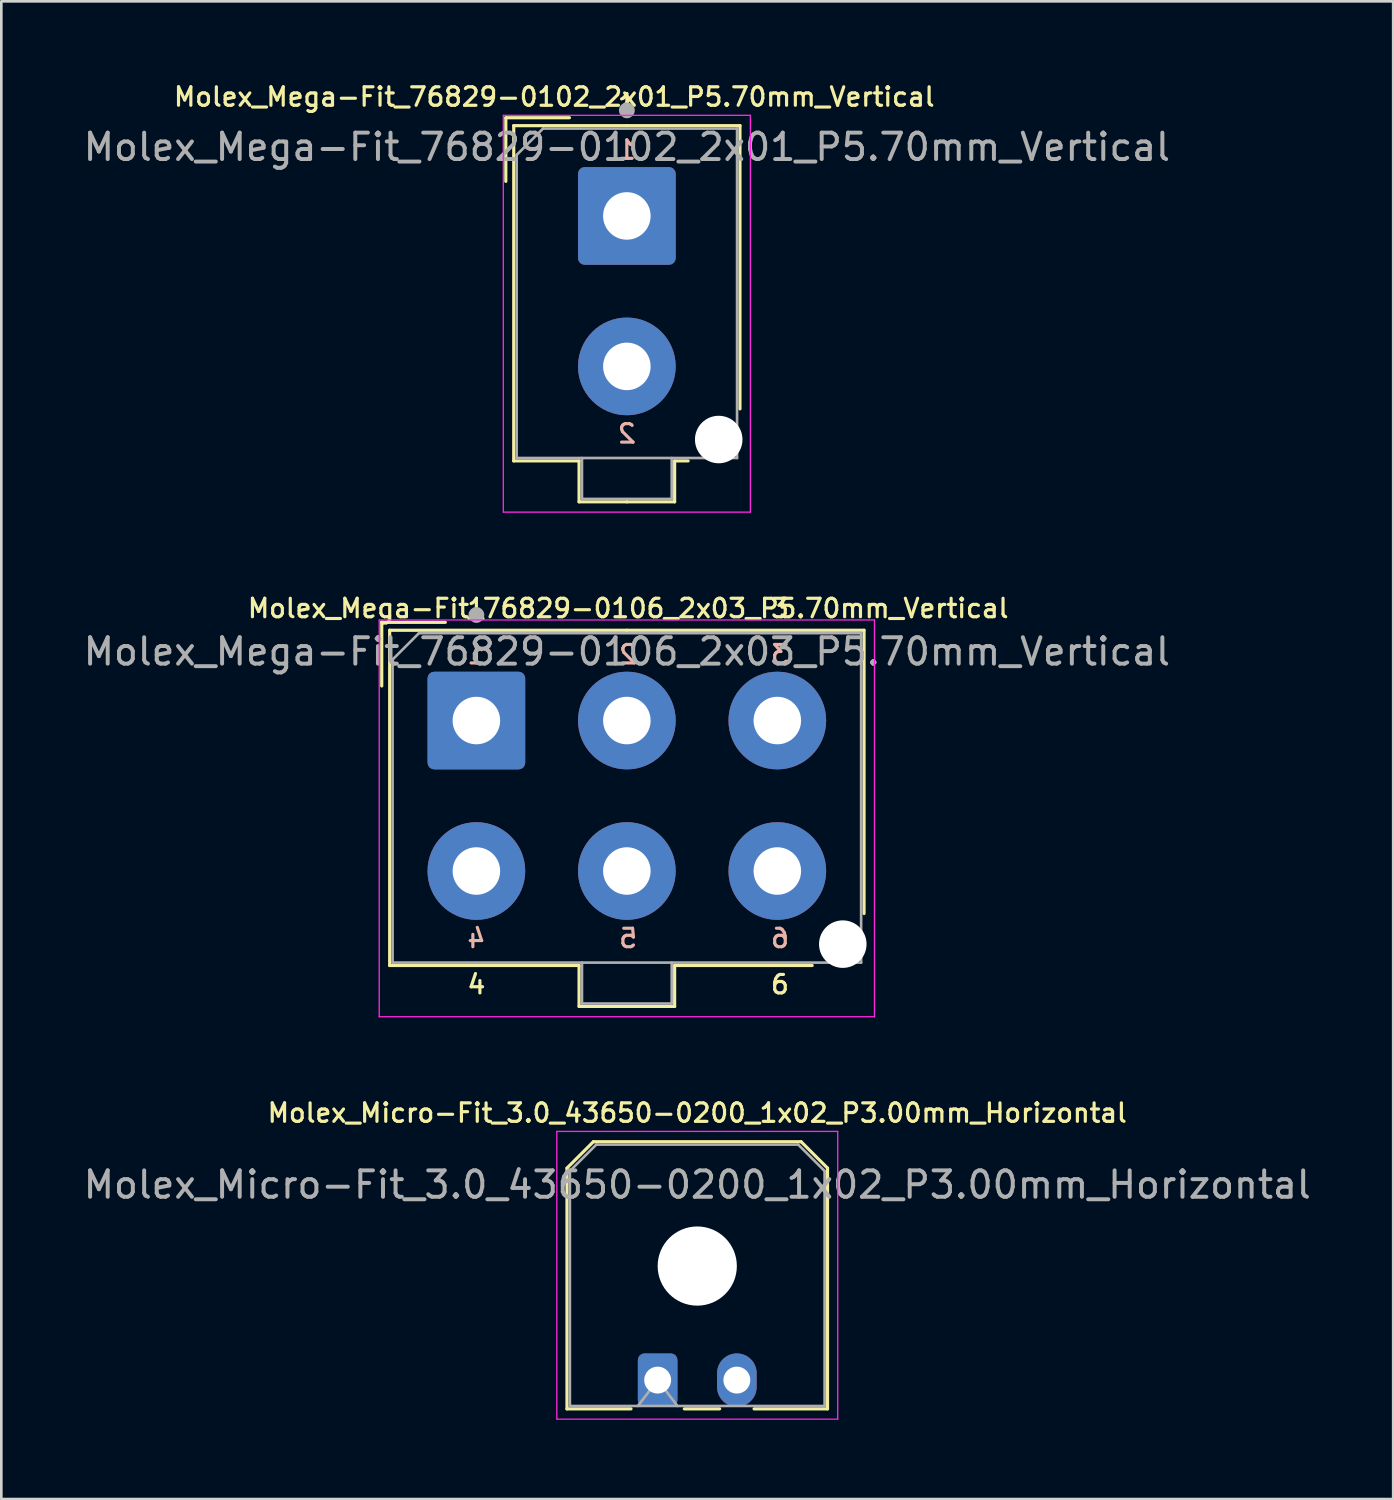
<source format=kicad_pcb>
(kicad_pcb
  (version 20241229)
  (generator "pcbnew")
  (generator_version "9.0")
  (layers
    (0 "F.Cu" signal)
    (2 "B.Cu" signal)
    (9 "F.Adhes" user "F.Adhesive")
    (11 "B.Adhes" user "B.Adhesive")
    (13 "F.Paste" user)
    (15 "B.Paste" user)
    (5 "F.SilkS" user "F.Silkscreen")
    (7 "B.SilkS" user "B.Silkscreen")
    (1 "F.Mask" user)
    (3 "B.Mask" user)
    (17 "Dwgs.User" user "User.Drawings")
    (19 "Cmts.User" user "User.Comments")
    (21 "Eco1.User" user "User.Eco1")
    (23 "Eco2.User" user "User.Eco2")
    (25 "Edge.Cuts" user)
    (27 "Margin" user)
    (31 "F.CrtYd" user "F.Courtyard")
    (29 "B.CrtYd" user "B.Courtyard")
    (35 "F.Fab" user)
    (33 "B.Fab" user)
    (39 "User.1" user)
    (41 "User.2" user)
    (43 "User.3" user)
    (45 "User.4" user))
  (footprint "Molex_Mega-Fit_76829-0106_2x03_P5.70mm_Vertical"
    (layer "F.Cu")
    (at 14.996 24.245)
    (property "Reference" "Molex_Mega-Fit_76829-0106_2x03_P5.70mm_Vertical" (at 5.75 -4.25 0) (layer "F.SilkS") (effects (font (size 0.7 0.7) (thickness 0.12))))
    (attr through_hole)
    (fp_line (start -3.585 -3.72) (end -1.175 -3.72) (stroke (width 0.12) (type solid)) (layer "F.SilkS"))
    (fp_line (start -3.585 -1.31) (end -3.585 -3.72) (stroke (width 0.12) (type solid)) (layer "F.SilkS"))
    (fp_line (start -3.285 -3.42) (end -3.285 9.28) (stroke (width 0.12) (type solid)) (layer "F.SilkS"))
    (fp_line (start -3.285 9.28) (end 3.89 9.28) (stroke (width 0.12) (type solid)) (layer "F.SilkS"))
    (fp_line (start 3.89 9.28) (end 3.89 10.83) (stroke (width 0.12) (type solid)) (layer "F.SilkS"))
    (fp_line (start 3.89 10.83) (end 5.7 10.83) (stroke (width 0.12) (type solid)) (layer "F.SilkS"))
    (fp_line (start 5.7 -3.42) (end -3.285 -3.42) (stroke (width 0.12) (type solid)) (layer "F.SilkS"))
    (fp_line (start 5.7 -3.42) (end 14.685 -3.42) (stroke (width 0.12) (type solid)) (layer "F.SilkS"))
    (fp_line (start 7.51 9.28) (end 7.51 10.83) (stroke (width 0.12) (type solid)) (layer "F.SilkS"))
    (fp_line (start 7.51 10.83) (end 5.7 10.83) (stroke (width 0.12) (type solid)) (layer "F.SilkS"))
    (fp_line (start 12.72 9.28) (end 7.51 9.28) (stroke (width 0.12) (type solid)) (layer "F.SilkS"))
    (fp_line (start 14.685 -3.42) (end 14.685 7.31) (stroke (width 0.12) (type solid)) (layer "F.SilkS"))
    (fp_line (start -3.68 -3.81) (end -3.68 11.22) (stroke (width 0.05) (type solid)) (layer "F.CrtYd"))
    (fp_line (start -3.68 11.22) (end 15.08 11.22) (stroke (width 0.05) (type solid)) (layer "F.CrtYd"))
    (fp_line (start 15.08 -3.81) (end -3.68 -3.81) (stroke (width 0.05) (type solid)) (layer "F.CrtYd"))
    (fp_line (start 15.08 11.22) (end 15.08 -3.81) (stroke (width 0.05) (type solid)) (layer "F.CrtYd"))
    (fp_line (start -3.175 -2.31) (end -3.175 9.17) (stroke (width 0.1) (type solid)) (layer "F.Fab"))
    (fp_line (start -3.175 9.17) (end 14.575 9.17) (stroke (width 0.1) (type solid)) (layer "F.Fab"))
    (fp_line (start -2.175 -3.31) (end -3.175 -2.31) (stroke (width 0.1) (type solid)) (layer "F.Fab"))
    (fp_line (start 4 9.17) (end 4 10.72) (stroke (width 0.1) (type solid)) (layer "F.Fab"))
    (fp_line (start 4 10.72) (end 7.4 10.72) (stroke (width 0.1) (type solid)) (layer "F.Fab"))
    (fp_line (start 7.4 10.72) (end 7.4 9.17) (stroke (width 0.1) (type solid)) (layer "F.Fab"))
    (fp_line (start 14.575 -3.31) (end -2.175 -3.31) (stroke (width 0.1) (type solid)) (layer "F.Fab"))
    (fp_line (start 14.575 9.17) (end 14.575 -3.31) (stroke (width 0.1) (type solid)) (layer "F.Fab"))
    (fp_circle (center 0 -4) (end 0.15 -4) (stroke (width 0.3) (type solid)) (fill no) (layer "F.Fab"))
    (fp_text user "3" (at 11.5 -4.25 0) (layer "F.SilkS") (effects (font (size 0.7 0.7) (thickness 0.12))))
    (fp_text user "4" (at 0 10 0) (layer "F.SilkS") (effects (font (size 0.7 0.7) (thickness 0.12))))
    (fp_text user "6" (at 11.5 10 0) (layer "F.SilkS") (effects (font (size 0.7 0.7) (thickness 0.12))))
    (fp_text user "1" (at 0 -4.25 0) (layer "F.SilkS") (effects (font (size 0.7 0.7) (thickness 0.12))))
    (fp_text user "1" (at 0 -2.5 0) (layer "B.SilkS") (effects (font (size 0.7 0.7) (thickness 0.12)) (justify mirror)))
    (fp_text user "3" (at 11.5 -2.5 0) (layer "B.SilkS") (effects (font (size 0.7 0.7) (thickness 0.12)) (justify mirror)))
    (fp_text user "4" (at 0 8.25 0) (layer "B.SilkS") (effects (font (size 0.7 0.7) (thickness 0.12)) (justify mirror)))
    (fp_text user "6" (at 11.5 8.25 0) (layer "B.SilkS") (effects (font (size 0.7 0.7) (thickness 0.12)) (justify mirror)))
    (fp_text user "5" (at 5.75 8.25 0) (layer "B.SilkS") (effects (font (size 0.7 0.7) (thickness 0.12)) (justify mirror)))
    (fp_text user "2" (at 5.75 -2.5 0) (layer "B.SilkS") (effects (font (size 0.7 0.7) (thickness 0.12)) (justify mirror)))
    (fp_text user "${REFERENCE}" (at 5.7 -2.61 0) (layer "F.Fab") (effects (font (size 1 1) (thickness 0.15))))
    (pad "" np_thru_hole circle (at 13.88 8.47) (size 1.8 1.8) (drill 1.8) (layers "*.Cu" "*.Mask"))
    (pad "1" thru_hole roundrect (at 0 0) (size 3.7 3.7) (drill 1.8) (layers "*.Cu" "*.Mask") (roundrect_rratio 0.068))
    (pad "2" thru_hole circle (at 5.7 0) (size 3.7 3.7) (drill 1.8) (layers "*.Cu" "*.Mask"))
    (pad "3" thru_hole circle (at 11.4 0) (size 3.7 3.7) (drill 1.8) (layers "*.Cu" "*.Mask"))
    (pad "4" thru_hole circle (at 0 5.7) (size 3.7 3.7) (drill 1.8) (layers "*.Cu" "*.Mask"))
    (pad "5" thru_hole circle (at 5.7 5.7) (size 3.7 3.7) (drill 1.8) (layers "*.Cu" "*.Mask"))
    (pad "6" thru_hole circle (at 11.4 5.7) (size 3.7 3.7) (drill 1.8) (layers "*.Cu" "*.Mask")))
  (footprint "Molex_Mega-Fit_76829-0102_2x01_P5.70mm_Vertical"
    (layer "F.Cu")
    (at 20.696 5.13)
    (property "Reference" "Molex_Mega-Fit_76829-0102_2x01_P5.70mm_Vertical" (at -2.75 -4.51 0) (layer "F.SilkS") (effects (font (size 0.7 0.7) (thickness 0.12))))
    (attr through_hole)
    (fp_line (start -4.585 -3.72) (end -2.175 -3.72) (stroke (width 0.12) (type solid)) (layer "F.SilkS"))
    (fp_line (start -4.585 -1.31) (end -4.585 -3.72) (stroke (width 0.12) (type solid)) (layer "F.SilkS"))
    (fp_line (start -4.285 -3.42) (end -4.285 9.28) (stroke (width 0.12) (type solid)) (layer "F.SilkS"))
    (fp_line (start -4.285 9.28) (end -1.81 9.28) (stroke (width 0.12) (type solid)) (layer "F.SilkS"))
    (fp_line (start -1.81 9.28) (end -1.81 10.83) (stroke (width 0.12) (type solid)) (layer "F.SilkS"))
    (fp_line (start -1.81 10.83) (end 0 10.83) (stroke (width 0.12) (type solid)) (layer "F.SilkS"))
    (fp_line (start 0 -3.42) (end -4.285 -3.42) (stroke (width 0.12) (type solid)) (layer "F.SilkS"))
    (fp_line (start 0 -3.42) (end 4.285 -3.42) (stroke (width 0.12) (type solid)) (layer "F.SilkS"))
    (fp_line (start 1.81 9.28) (end 1.81 10.83) (stroke (width 0.12) (type solid)) (layer "F.SilkS"))
    (fp_line (start 1.81 10.83) (end 0 10.83) (stroke (width 0.12) (type solid)) (layer "F.SilkS"))
    (fp_line (start 2.32 9.28) (end 1.81 9.28) (stroke (width 0.12) (type solid)) (layer "F.SilkS"))
    (fp_line (start 4.285 -3.42) (end 4.285 7.31) (stroke (width 0.12) (type solid)) (layer "F.SilkS"))
    (fp_line (start -4.68 -3.81) (end -4.68 11.22) (stroke (width 0.05) (type solid)) (layer "F.CrtYd"))
    (fp_line (start -4.68 11.22) (end 4.68 11.22) (stroke (width 0.05) (type solid)) (layer "F.CrtYd"))
    (fp_line (start 4.68 -3.81) (end -4.68 -3.81) (stroke (width 0.05) (type solid)) (layer "F.CrtYd"))
    (fp_line (start 4.68 11.22) (end 4.68 -3.81) (stroke (width 0.05) (type solid)) (layer "F.CrtYd"))
    (fp_line (start -4.175 -2.31) (end -4.175 9.17) (stroke (width 0.1) (type solid)) (layer "F.Fab"))
    (fp_line (start -4.175 9.17) (end 4.175 9.17) (stroke (width 0.1) (type solid)) (layer "F.Fab"))
    (fp_line (start -3.175 -3.31) (end -4.175 -2.31) (stroke (width 0.1) (type solid)) (layer "F.Fab"))
    (fp_line (start -1.7 9.17) (end -1.7 10.72) (stroke (width 0.1) (type solid)) (layer "F.Fab"))
    (fp_line (start -1.7 10.72) (end 1.7 10.72) (stroke (width 0.1) (type solid)) (layer "F.Fab"))
    (fp_line (start 1.7 10.72) (end 1.7 9.17) (stroke (width 0.1) (type solid)) (layer "F.Fab"))
    (fp_line (start 4.175 -3.31) (end -3.175 -3.31) (stroke (width 0.1) (type solid)) (layer "F.Fab"))
    (fp_line (start 4.175 9.17) (end 4.175 -3.31) (stroke (width 0.1) (type solid)) (layer "F.Fab"))
    (fp_circle (center 0 -4) (end 0.15 -4) (stroke (width 0.3) (type solid)) (fill no) (layer "F.Fab"))
    (fp_text user "1" (at 0 -4.25 0) (layer "F.SilkS") (effects (font (size 0.7 0.7) (thickness 0.12))))
    (fp_text user "2" (at 0 8.25 0) (layer "B.SilkS") (effects (font (size 0.7 0.7) (thickness 0.12)) (justify mirror)))
    (fp_text user "1" (at 0 -2.5 0) (layer "B.SilkS") (effects (font (size 0.7 0.7) (thickness 0.12)) (justify mirror)))
    (fp_text user "${REFERENCE}" (at 0 -2.61 0) (layer "F.Fab") (effects (font (size 1 1) (thickness 0.15))))
    (pad "" np_thru_hole circle (at 3.48 8.47) (size 1.8 1.8) (drill 1.8) (layers "*.Cu" "*.Mask"))
    (pad "1" thru_hole roundrect (at 0 0) (size 3.7 3.7) (drill 1.8) (layers "*.Cu" "*.Mask") (roundrect_rratio 0.068))
    (pad "2" thru_hole circle (at 0 5.7) (size 3.7 3.7) (drill 1.8) (layers "*.Cu" "*.Mask")))
  (footprint "Molex_Micro-Fit_3.0_43650-0200_1x02_P3.00mm_Horizontal"
    (layer "F.Cu")
    (at 21.863 49.23)
    (property "Reference" "Molex_Micro-Fit_3.0_43650-0200_1x02_P3.00mm_Horizontal" (at 1.5 -10.12 0) (layer "F.SilkS") (effects (font (size 0.7 0.7) (thickness 0.12))))
    (attr through_hole)
    (fp_line (start -3.435 -8.03) (end -2.435 -9.03) (stroke (width 0.12) (type solid)) (layer "F.SilkS"))
    (fp_line (start -3.435 1.09) (end -3.435 -8.03) (stroke (width 0.12) (type solid)) (layer "F.SilkS"))
    (fp_line (start -3.435 1.09) (end -1.01 1.09) (stroke (width 0.12) (type solid)) (layer "F.SilkS"))
    (fp_line (start -2.435 -9.03) (end 5.435 -9.03) (stroke (width 0.12) (type solid)) (layer "F.SilkS"))
    (fp_line (start 1.01 1.09) (end 2.348 1.09) (stroke (width 0.12) (type solid)) (layer "F.SilkS"))
    (fp_line (start 5.435 -9.03) (end 6.435 -8.03) (stroke (width 0.12) (type solid)) (layer "F.SilkS"))
    (fp_line (start 6.435 -8.03) (end 6.435 1.09) (stroke (width 0.12) (type solid)) (layer "F.SilkS"))
    (fp_line (start 6.435 1.09) (end 3.652 1.09) (stroke (width 0.12) (type solid)) (layer "F.SilkS"))
    (fp_line (start -3.82 -9.42) (end 6.82 -9.42) (stroke (width 0.05) (type solid)) (layer "F.CrtYd"))
    (fp_line (start -3.82 1.48) (end -3.82 -9.42) (stroke (width 0.05) (type solid)) (layer "F.CrtYd"))
    (fp_line (start 6.82 -9.42) (end 6.82 1.48) (stroke (width 0.05) (type solid)) (layer "F.CrtYd"))
    (fp_line (start 6.82 1.48) (end -3.82 1.48) (stroke (width 0.05) (type solid)) (layer "F.CrtYd"))
    (fp_line (start -3.325 -7.92) (end -2.325 -8.92) (stroke (width 0.1) (type solid)) (layer "F.Fab"))
    (fp_line (start -3.325 0.98) (end -3.325 -7.92) (stroke (width 0.1) (type solid)) (layer "F.Fab"))
    (fp_line (start -2.325 -8.92) (end 5.325 -8.92) (stroke (width 0.1) (type solid)) (layer "F.Fab"))
    (fp_line (start -0.75 0.98) (end 0 0) (stroke (width 0.1) (type solid)) (layer "F.Fab"))
    (fp_line (start 0 0) (end 0.75 0.98) (stroke (width 0.1) (type solid)) (layer "F.Fab"))
    (fp_line (start 5.325 -8.92) (end 6.325 -7.92) (stroke (width 0.1) (type solid)) (layer "F.Fab"))
    (fp_line (start 6.325 -7.92) (end 6.325 0.98) (stroke (width 0.1) (type solid)) (layer "F.Fab"))
    (fp_line (start 6.325 0.98) (end -3.325 0.98) (stroke (width 0.1) (type solid)) (layer "F.Fab"))
    (fp_text user "${REFERENCE}" (at 1.5 -7.4 0) (layer "F.Fab") (effects (font (size 1 1) (thickness 0.15))))
    (pad "" np_thru_hole circle (at 1.5 -4.32) (size 3 3) (drill 3) (layers "*.Cu" "*.Mask"))
    (pad "1" thru_hole roundrect (at 0 0) (size 1.5 2.02) (drill 1.02) (layers "*.Cu" "*.Mask") (roundrect_rratio 0.167))
    (pad "2" thru_hole oval (at 3 0) (size 1.5 2.02) (drill 1.02) (layers "*.Cu" "*.Mask")))
  (gr_rect
    (start -3 -3)
    (end 49.726 53.735)
    (stroke (width 0.1) (type default))
    (fill no)
    (layer "Edge.Cuts")))
</source>
